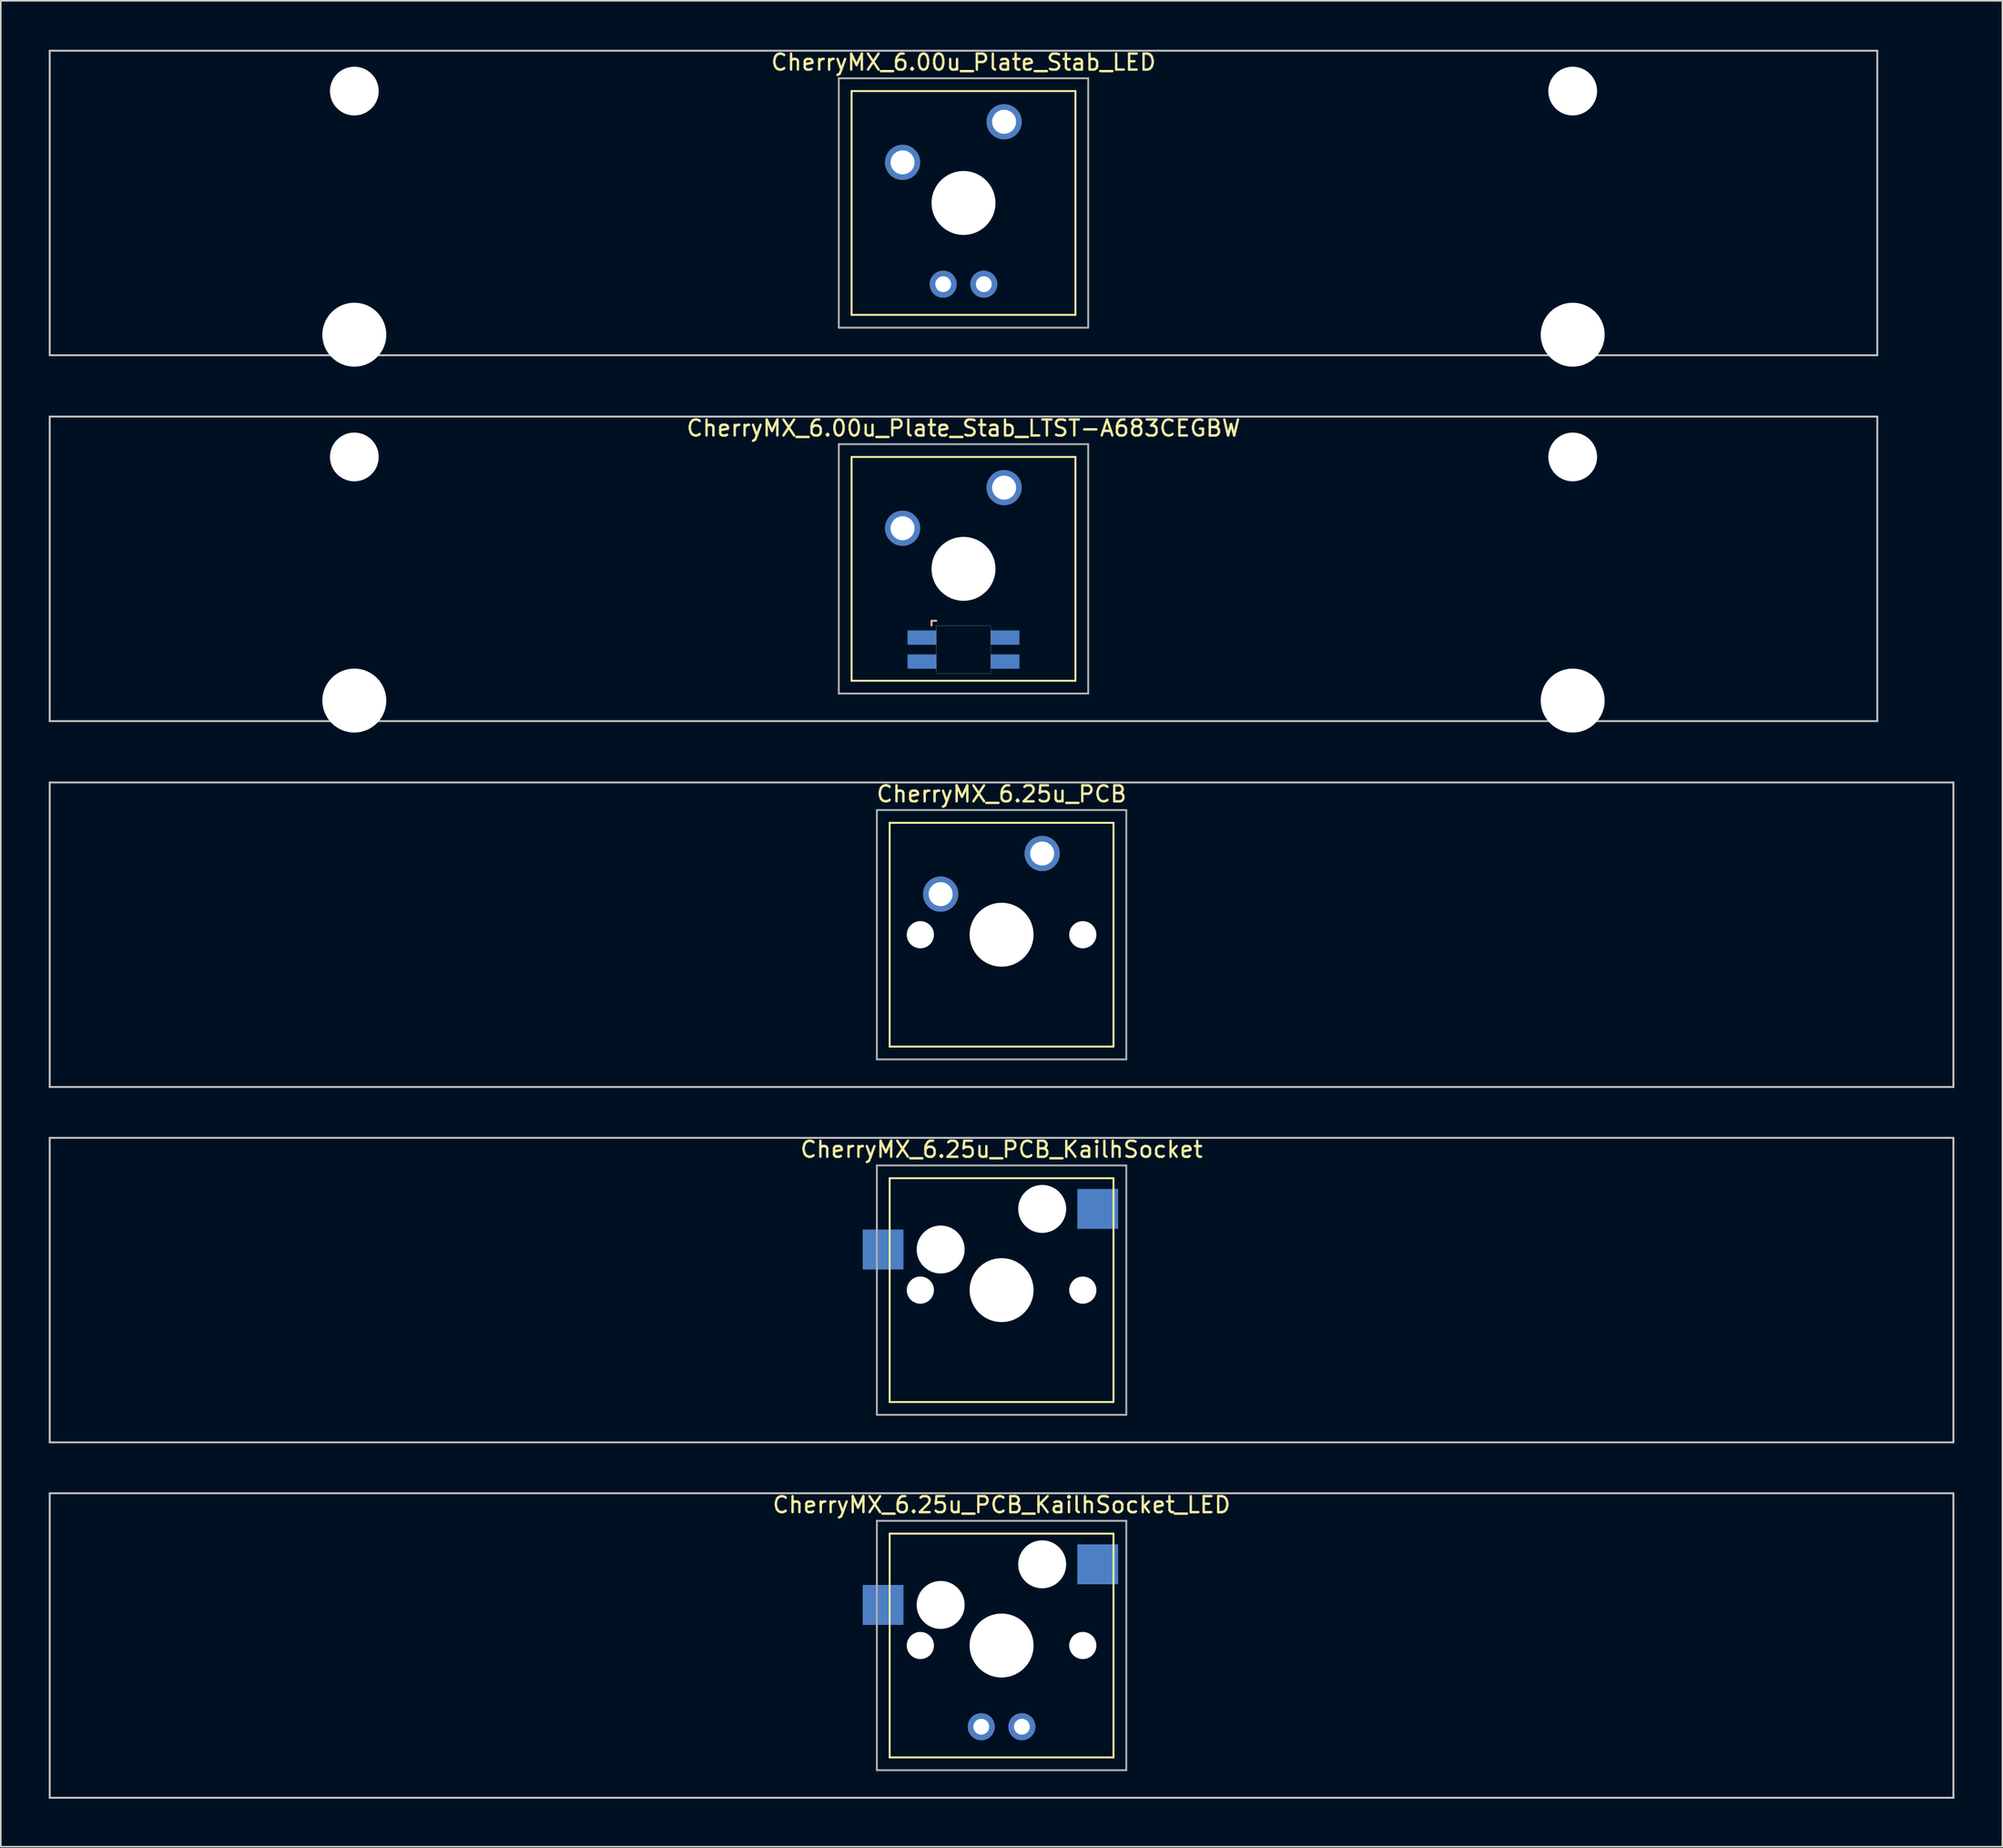
<source format=kicad_pcb>
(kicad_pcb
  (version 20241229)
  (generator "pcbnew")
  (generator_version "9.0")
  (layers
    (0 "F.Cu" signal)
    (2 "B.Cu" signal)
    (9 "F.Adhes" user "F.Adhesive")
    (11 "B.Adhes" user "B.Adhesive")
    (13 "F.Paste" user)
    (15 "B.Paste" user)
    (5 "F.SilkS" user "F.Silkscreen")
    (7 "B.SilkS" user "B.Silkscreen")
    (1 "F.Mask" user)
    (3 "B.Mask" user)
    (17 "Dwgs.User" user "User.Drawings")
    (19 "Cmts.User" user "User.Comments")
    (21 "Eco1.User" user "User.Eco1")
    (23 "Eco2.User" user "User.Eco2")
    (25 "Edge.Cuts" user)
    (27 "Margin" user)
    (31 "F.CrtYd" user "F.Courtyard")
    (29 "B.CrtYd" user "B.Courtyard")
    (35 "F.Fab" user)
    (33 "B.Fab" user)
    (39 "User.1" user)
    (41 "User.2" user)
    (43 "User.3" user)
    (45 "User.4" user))
  (footprint "CherryMX_6.25u_PCB"
    (layer "F.Cu")
    (at 59.591 55.425)
    (property "Reference" "CherryMX_6.25u_PCB" (at 0 -8.8 0) (layer "F.SilkS") (effects (font (size 1 1) (thickness 0.15))))
    (attr through_hole)
    (fp_line (start -7 -7) (end -7 7) (stroke (width 0.12) (type solid)) (layer "F.SilkS"))
    (fp_line (start -7 -7) (end 7 -7) (stroke (width 0.12) (type solid)) (layer "F.SilkS"))
    (fp_line (start 7 -7) (end 7 7) (stroke (width 0.12) (type solid)) (layer "F.SilkS"))
    (fp_line (start 7 7) (end -7 7) (stroke (width 0.12) (type solid)) (layer "F.SilkS"))
    (fp_line (start -59.531 -9.525) (end 59.531 -9.525) (stroke (width 0.12) (type solid)) (layer "Dwgs.User"))
    (fp_line (start -59.531 9.525) (end -59.531 -9.525) (stroke (width 0.12) (type solid)) (layer "Dwgs.User"))
    (fp_line (start 59.531 -9.525) (end 59.531 9.525) (stroke (width 0.12) (type solid)) (layer "Dwgs.User"))
    (fp_line (start 59.531 9.525) (end -59.531 9.525) (stroke (width 0.12) (type solid)) (layer "Dwgs.User"))
    (fp_line (start -7.8 -7.8) (end -7.8 7.8) (stroke (width 0.12) (type solid)) (layer "F.Fab"))
    (fp_line (start -7.8 -7.8) (end 7.8 -7.8) (stroke (width 0.12) (type solid)) (layer "F.Fab"))
    (fp_line (start -7.8 7.8) (end 7.8 7.8) (stroke (width 0.12) (type solid)) (layer "F.Fab"))
    (fp_line (start 7.8 -7.8) (end 7.8 7.8) (stroke (width 0.12) (type solid)) (layer "F.Fab"))
    (pad "" np_thru_hole circle (at -5.08 0) (size 1.7 1.7) (drill 1.7) (layers "*.Cu" "*.Mask"))
    (pad "" np_thru_hole circle (at 0 0) (size 4 4) (drill 4) (layers "*.Cu" "*.Mask"))
    (pad "" np_thru_hole circle (at 5.08 0) (size 1.7 1.7) (drill 1.7) (layers "*.Cu" "*.Mask"))
    (pad "1" thru_hole circle (at -3.81 -2.54) (size 2.2 2.2) (drill 1.5) (layers "*.Cu" "*.Mask"))
    (pad "2" thru_hole circle (at 2.54 -5.08) (size 2.2 2.2) (drill 1.5) (layers "*.Cu" "*.Mask")))
  (footprint "CherryMX_6.00u_Plate_Stab_LED"
    (layer "F.Cu")
    (at 57.21 9.648)
    (property "Reference" "CherryMX_6.00u_Plate_Stab_LED" (at 0 -8.8 0) (layer "F.SilkS") (effects (font (size 1 1) (thickness 0.15))))
    (attr through_hole)
    (fp_line (start -7 -7) (end -7 7) (stroke (width 0.12) (type solid)) (layer "F.SilkS"))
    (fp_line (start -7 -7) (end 7 -7) (stroke (width 0.12) (type solid)) (layer "F.SilkS"))
    (fp_line (start 7 -7) (end 7 7) (stroke (width 0.12) (type solid)) (layer "F.SilkS"))
    (fp_line (start 7 7) (end -7 7) (stroke (width 0.12) (type solid)) (layer "F.SilkS"))
    (fp_line (start -57.15 -9.525) (end 57.15 -9.525) (stroke (width 0.12) (type solid)) (layer "Dwgs.User"))
    (fp_line (start -57.15 9.525) (end -57.15 -9.525) (stroke (width 0.12) (type solid)) (layer "Dwgs.User"))
    (fp_line (start 57.15 -9.525) (end 57.15 9.525) (stroke (width 0.12) (type solid)) (layer "Dwgs.User"))
    (fp_line (start 57.15 9.525) (end -57.15 9.525) (stroke (width 0.12) (type solid)) (layer "Dwgs.User"))
    (fp_line (start -7.8 -7.8) (end -7.8 7.8) (stroke (width 0.12) (type solid)) (layer "F.Fab"))
    (fp_line (start -7.8 -7.8) (end 7.8 -7.8) (stroke (width 0.12) (type solid)) (layer "F.Fab"))
    (fp_line (start -7.8 7.8) (end 7.8 7.8) (stroke (width 0.12) (type solid)) (layer "F.Fab"))
    (fp_line (start 7.8 -7.8) (end 7.8 7.8) (stroke (width 0.12) (type solid)) (layer "F.Fab"))
    (pad "" np_thru_hole circle (at -38.1 -7) (size 3.05 3.05) (drill 3.05) (layers "*.Cu" "*.Mask"))
    (pad "" np_thru_hole circle (at -38.1 8.24) (size 4 4) (drill 4) (layers "*.Cu" "*.Mask"))
    (pad "" np_thru_hole circle (at 0 0) (size 4 4) (drill 4) (layers "*.Cu" "*.Mask"))
    (pad "" np_thru_hole circle (at 38.1 -7) (size 3.05 3.05) (drill 3.05) (layers "*.Cu" "*.Mask"))
    (pad "" np_thru_hole circle (at 38.1 8.24) (size 4 4) (drill 4) (layers "*.Cu" "*.Mask"))
    (pad "1" thru_hole circle (at -3.81 -2.54) (size 2.2 2.2) (drill 1.5) (layers "*.Cu" "*.Mask"))
    (pad "2" thru_hole circle (at 2.54 -5.08) (size 2.2 2.2) (drill 1.5) (layers "*.Cu" "*.Mask"))
    (pad "3" thru_hole circle (at -1.27 5.08) (size 1.691 1.691) (drill 0.991) (layers "*.Cu" "*.Mask"))
    (pad "4" thru_hole circle (at 1.27 5.08) (size 1.691 1.691) (drill 0.991) (layers "*.Cu" "*.Mask")))
  (footprint "CherryMX_6.25u_PCB_KailhSocket"
    (layer "F.Cu")
    (at 59.591 77.658)
    (property "Reference" "CherryMX_6.25u_PCB_KailhSocket" (at 0 -8.8 0) (layer "F.SilkS") (effects (font (size 1 1) (thickness 0.15))))
    (attr through_hole)
    (fp_line (start -7 -7) (end -7 7) (stroke (width 0.12) (type solid)) (layer "F.SilkS"))
    (fp_line (start -7 -7) (end 7 -7) (stroke (width 0.12) (type solid)) (layer "F.SilkS"))
    (fp_line (start 7 -7) (end 7 7) (stroke (width 0.12) (type solid)) (layer "F.SilkS"))
    (fp_line (start 7 7) (end -7 7) (stroke (width 0.12) (type solid)) (layer "F.SilkS"))
    (fp_line (start -59.531 -9.525) (end 59.531 -9.525) (stroke (width 0.12) (type solid)) (layer "Dwgs.User"))
    (fp_line (start -59.531 9.525) (end -59.531 -9.525) (stroke (width 0.12) (type solid)) (layer "Dwgs.User"))
    (fp_line (start 59.531 -9.525) (end 59.531 9.525) (stroke (width 0.12) (type solid)) (layer "Dwgs.User"))
    (fp_line (start 59.531 9.525) (end -59.531 9.525) (stroke (width 0.12) (type solid)) (layer "Dwgs.User"))
    (fp_line (start -7.8 -7.8) (end -7.8 7.8) (stroke (width 0.12) (type solid)) (layer "F.Fab"))
    (fp_line (start -7.8 -7.8) (end 7.8 -7.8) (stroke (width 0.12) (type solid)) (layer "F.Fab"))
    (fp_line (start -7.8 7.8) (end 7.8 7.8) (stroke (width 0.12) (type solid)) (layer "F.Fab"))
    (fp_line (start 7.8 -7.8) (end 7.8 7.8) (stroke (width 0.12) (type solid)) (layer "F.Fab"))
    (pad "" np_thru_hole circle (at -5.08 0) (size 1.7 1.7) (drill 1.7) (layers "*.Cu" "*.Mask"))
    (pad "" np_thru_hole circle (at -3.81 -2.54) (size 3 3) (drill 3) (layers "*.Cu" "*.Mask"))
    (pad "" np_thru_hole circle (at 0 0) (size 4 4) (drill 4) (layers "*.Cu" "*.Mask"))
    (pad "" np_thru_hole circle (at 2.54 -5.08) (size 3 3) (drill 3) (layers "*.Cu" "*.Mask"))
    (pad "" np_thru_hole circle (at 5.08 0) (size 1.7 1.7) (drill 1.7) (layers "*.Cu" "*.Mask"))
    (pad "1" smd rect (at -7.41 -2.54) (size 2.55 2.5) (layers "B.Cu" "B.Mask" "B.Paste"))
    (pad "2" smd rect (at 6.015 -5.08) (size 2.55 2.5) (layers "B.Cu" "B.Mask" "B.Paste")))
  (footprint "CherryMX_6.00u_Plate_Stab_LTST-A683CEGBW"
    (layer "F.Cu")
    (at 57.21 32.536)
    (property "Reference" "CherryMX_6.00u_Plate_Stab_LTST-A683CEGBW" (at 0 -8.8 0) (layer "F.SilkS") (effects (font (size 1 1) (thickness 0.15))))
    (attr through_hole)
    (fp_line (start -7 -7) (end -7 7) (stroke (width 0.12) (type solid)) (layer "F.SilkS"))
    (fp_line (start -7 -7) (end 7 -7) (stroke (width 0.12) (type solid)) (layer "F.SilkS"))
    (fp_line (start 7 -7) (end 7 7) (stroke (width 0.12) (type solid)) (layer "F.SilkS"))
    (fp_line (start 7 7) (end -7 7) (stroke (width 0.12) (type solid)) (layer "F.SilkS"))
    (fp_line (start -2 3.25) (end -2 3.55) (stroke (width 0.12) (type solid)) (layer "B.SilkS"))
    (fp_line (start -1.7 3.25) (end -2 3.25) (stroke (width 0.12) (type solid)) (layer "B.SilkS"))
    (fp_line (start -57.15 -9.525) (end 57.15 -9.525) (stroke (width 0.12) (type solid)) (layer "Dwgs.User"))
    (fp_line (start -57.15 9.525) (end -57.15 -9.525) (stroke (width 0.12) (type solid)) (layer "Dwgs.User"))
    (fp_line (start 57.15 -9.525) (end 57.15 9.525) (stroke (width 0.12) (type solid)) (layer "Dwgs.User"))
    (fp_line (start 57.15 9.525) (end -57.15 9.525) (stroke (width 0.12) (type solid)) (layer "Dwgs.User"))
    (fp_poly (pts (xy 1.7 6.55) (xy -1.7 6.55) (xy -1.7 3.55) (xy 1.7 3.55)) (stroke (width 0.01) (type solid)) (fill no) (layer "Edge.Cuts"))
    (fp_line (start -7.8 -7.8) (end -7.8 7.8) (stroke (width 0.12) (type solid)) (layer "F.Fab"))
    (fp_line (start -7.8 -7.8) (end 7.8 -7.8) (stroke (width 0.12) (type solid)) (layer "F.Fab"))
    (fp_line (start -7.8 7.8) (end 7.8 7.8) (stroke (width 0.12) (type solid)) (layer "F.Fab"))
    (fp_line (start 7.8 -7.8) (end 7.8 7.8) (stroke (width 0.12) (type solid)) (layer "F.Fab"))
    (pad "" np_thru_hole circle (at -38.1 -7) (size 3.05 3.05) (drill 3.05) (layers "*.Cu" "*.Mask"))
    (pad "" np_thru_hole circle (at -38.1 8.24) (size 4 4) (drill 4) (layers "*.Cu" "*.Mask"))
    (pad "" np_thru_hole circle (at 0 0) (size 4 4) (drill 4) (layers "*.Cu" "*.Mask"))
    (pad "" np_thru_hole circle (at 38.1 -7) (size 3.05 3.05) (drill 3.05) (layers "*.Cu" "*.Mask"))
    (pad "" np_thru_hole circle (at 38.1 8.24) (size 4 4) (drill 4) (layers "*.Cu" "*.Mask"))
    (pad "1" thru_hole circle (at -3.81 -2.54) (size 2.2 2.2) (drill 1.5) (layers "*.Cu" "*.Mask"))
    (pad "2" thru_hole circle (at 2.54 -5.08) (size 2.2 2.2) (drill 1.5) (layers "*.Cu" "*.Mask"))
    (pad "3" smd rect (at -2.6 4.3) (size 1.8 0.9) (layers "B.Cu" "B.Mask" "B.Paste"))
    (pad "4" smd rect (at -2.6 5.8) (size 1.8 0.9) (layers "B.Cu" "B.Mask" "B.Paste"))
    (pad "5" smd rect (at 2.6 4.3) (size 1.8 0.9) (layers "B.Cu" "B.Mask" "B.Paste"))
    (pad "6" smd rect (at 2.6 5.8) (size 1.8 0.9) (layers "B.Cu" "B.Mask" "B.Paste")))
  (footprint "CherryMX_6.25u_PCB_KailhSocket_LED"
    (layer "F.Cu")
    (at 59.591 99.891)
    (property "Reference" "CherryMX_6.25u_PCB_KailhSocket_LED" (at 0 -8.8 0) (layer "F.SilkS") (effects (font (size 1 1) (thickness 0.15))))
    (attr through_hole)
    (fp_line (start -7 -7) (end -7 7) (stroke (width 0.12) (type solid)) (layer "F.SilkS"))
    (fp_line (start -7 -7) (end 7 -7) (stroke (width 0.12) (type solid)) (layer "F.SilkS"))
    (fp_line (start 7 -7) (end 7 7) (stroke (width 0.12) (type solid)) (layer "F.SilkS"))
    (fp_line (start 7 7) (end -7 7) (stroke (width 0.12) (type solid)) (layer "F.SilkS"))
    (fp_line (start -59.531 -9.525) (end 59.531 -9.525) (stroke (width 0.12) (type solid)) (layer "Dwgs.User"))
    (fp_line (start -59.531 9.525) (end -59.531 -9.525) (stroke (width 0.12) (type solid)) (layer "Dwgs.User"))
    (fp_line (start 59.531 -9.525) (end 59.531 9.525) (stroke (width 0.12) (type solid)) (layer "Dwgs.User"))
    (fp_line (start 59.531 9.525) (end -59.531 9.525) (stroke (width 0.12) (type solid)) (layer "Dwgs.User"))
    (fp_line (start -7.8 -7.8) (end -7.8 7.8) (stroke (width 0.12) (type solid)) (layer "F.Fab"))
    (fp_line (start -7.8 -7.8) (end 7.8 -7.8) (stroke (width 0.12) (type solid)) (layer "F.Fab"))
    (fp_line (start -7.8 7.8) (end 7.8 7.8) (stroke (width 0.12) (type solid)) (layer "F.Fab"))
    (fp_line (start 7.8 -7.8) (end 7.8 7.8) (stroke (width 0.12) (type solid)) (layer "F.Fab"))
    (pad "" np_thru_hole circle (at -5.08 0) (size 1.7 1.7) (drill 1.7) (layers "*.Cu" "*.Mask"))
    (pad "" np_thru_hole circle (at -3.81 -2.54) (size 3 3) (drill 3) (layers "*.Cu" "*.Mask"))
    (pad "" np_thru_hole circle (at 0 0) (size 4 4) (drill 4) (layers "*.Cu" "*.Mask"))
    (pad "" np_thru_hole circle (at 2.54 -5.08) (size 3 3) (drill 3) (layers "*.Cu" "*.Mask"))
    (pad "" np_thru_hole circle (at 5.08 0) (size 1.7 1.7) (drill 1.7) (layers "*.Cu" "*.Mask"))
    (pad "1" smd rect (at -7.41 -2.54) (size 2.55 2.5) (layers "B.Cu" "B.Mask" "B.Paste"))
    (pad "2" smd rect (at 6.015 -5.08) (size 2.55 2.5) (layers "B.Cu" "B.Mask" "B.Paste"))
    (pad "3" thru_hole circle (at -1.27 5.08) (size 1.691 1.691) (drill 0.991) (layers "*.Cu" "*.Mask"))
    (pad "4" thru_hole circle (at 1.27 5.08) (size 1.691 1.691) (drill 0.991) (layers "*.Cu" "*.Mask")))
  (gr_rect
    (start -3 -3)
    (end 122.183 112.476)
    (stroke (width 0.1) (type default))
    (fill no)
    (layer "Edge.Cuts")))
</source>
